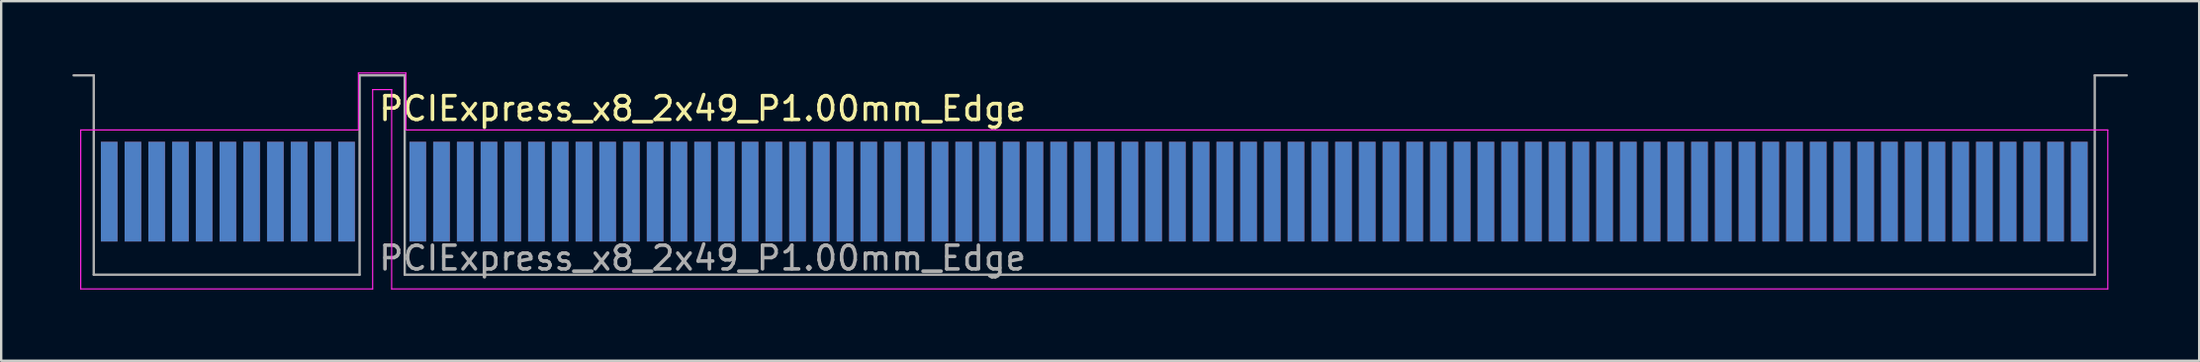
<source format=kicad_pcb>
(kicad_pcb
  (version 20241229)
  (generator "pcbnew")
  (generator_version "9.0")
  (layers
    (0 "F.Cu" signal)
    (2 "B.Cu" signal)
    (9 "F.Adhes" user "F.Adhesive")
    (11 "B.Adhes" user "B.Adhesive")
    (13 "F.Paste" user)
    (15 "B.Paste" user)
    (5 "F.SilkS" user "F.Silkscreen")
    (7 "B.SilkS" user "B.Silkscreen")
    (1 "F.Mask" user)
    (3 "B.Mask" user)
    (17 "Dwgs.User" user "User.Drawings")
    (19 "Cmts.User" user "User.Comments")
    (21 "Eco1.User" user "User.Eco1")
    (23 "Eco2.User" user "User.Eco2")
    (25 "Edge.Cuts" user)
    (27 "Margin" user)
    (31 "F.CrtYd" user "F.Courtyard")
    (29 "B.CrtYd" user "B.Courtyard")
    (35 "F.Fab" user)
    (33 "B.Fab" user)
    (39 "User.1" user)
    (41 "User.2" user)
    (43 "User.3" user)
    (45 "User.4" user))
  (footprint "PCIExpress_x8_2x49_P1.00mm_Edge"
    (layer "F.Cu")
    (at 26.55 5.025)
    (property "Reference" "PCIExpress_x8_2x49_P1.00mm_Edge" (at 0 -3.5 0) (layer "F.SilkS") (effects (font (size 1 1) (thickness 0.15))))
    (attr exclude_from_pos_files exclude_from_bom)
    (fp_line (start -26.2 -2.6) (end -26.2 4.1) (stroke (width 0.05) (type solid)) (layer "F.CrtYd"))
    (fp_line (start -26.2 4.1) (end -13.9 4.1) (stroke (width 0.05) (type solid)) (layer "F.CrtYd"))
    (fp_line (start -14.5 -5) (end -14.5 -2.6) (stroke (width 0.05) (type solid)) (layer "F.CrtYd"))
    (fp_line (start -14.5 -2.6) (end -26.2 -2.6) (stroke (width 0.05) (type solid)) (layer "F.CrtYd"))
    (fp_line (start -13.9 -4.3) (end -13.1 -4.3) (stroke (width 0.05) (type solid)) (layer "F.CrtYd"))
    (fp_line (start -13.9 4.1) (end -13.9 -4.3) (stroke (width 0.05) (type solid)) (layer "F.CrtYd"))
    (fp_line (start -13.1 -4.3) (end -13.1 4.1) (stroke (width 0.05) (type solid)) (layer "F.CrtYd"))
    (fp_line (start -13.1 4.1) (end 59.2 4.1) (stroke (width 0.05) (type solid)) (layer "F.CrtYd"))
    (fp_line (start -12.5 -5) (end -14.5 -5) (stroke (width 0.05) (type solid)) (layer "F.CrtYd"))
    (fp_line (start -12.5 -2.6) (end -12.5 -5) (stroke (width 0.05) (type solid)) (layer "F.CrtYd"))
    (fp_line (start 59.2 -2.6) (end -12.5 -2.6) (stroke (width 0.05) (type solid)) (layer "F.CrtYd"))
    (fp_line (start 59.2 4.1) (end 59.2 -2.6) (stroke (width 0.05) (type solid)) (layer "F.CrtYd"))
    (fp_line (start -25.65 -4.9) (end -26.5 -4.9) (stroke (width 0.1) (type solid)) (layer "F.Fab"))
    (fp_line (start -25.65 -4.9) (end -25.65 3.5) (stroke (width 0.1) (type solid)) (layer "F.Fab"))
    (fp_line (start -25.65 3.5) (end -14.45 3.5) (stroke (width 0.1) (type solid)) (layer "F.Fab"))
    (fp_line (start -14.45 -4.9) (end -14.45 3.5) (stroke (width 0.1) (type solid)) (layer "F.Fab"))
    (fp_line (start -14.45 -4.9) (end -12.55 -4.9) (stroke (width 0.1) (type solid)) (layer "F.Fab"))
    (fp_line (start -12.55 -4.9) (end -12.55 3.5) (stroke (width 0.1) (type solid)) (layer "F.Fab"))
    (fp_line (start -12.55 3.5) (end 58.65 3.5) (stroke (width 0.1) (type solid)) (layer "F.Fab"))
    (fp_line (start 58.65 -4.9) (end 58.65 3.5) (stroke (width 0.1) (type solid)) (layer "F.Fab"))
    (fp_line (start 58.65 -4.9) (end 60 -4.9) (stroke (width 0.1) (type solid)) (layer "F.Fab"))
    (fp_text user "${REFERENCE}" (at 0 2.8 0) (layer "F.Fab") (effects (font (size 1 1) (thickness 0.15))))
    (pad "A1" connect rect (at -25 0) (size 0.7 4.2) (layers "B.Cu" "B.Mask"))
    (pad "A2" connect rect (at -24 0) (size 0.7 4.2) (layers "B.Cu" "B.Mask"))
    (pad "A3" connect rect (at -23 0) (size 0.7 4.2) (layers "B.Cu" "B.Mask"))
    (pad "A4" connect rect (at -22 0) (size 0.7 4.2) (layers "B.Cu" "B.Mask"))
    (pad "A5" connect rect (at -21 0) (size 0.7 4.2) (layers "B.Cu" "B.Mask"))
    (pad "A6" connect rect (at -20 0) (size 0.7 4.2) (layers "B.Cu" "B.Mask"))
    (pad "A7" connect rect (at -19 0) (size 0.7 4.2) (layers "B.Cu" "B.Mask"))
    (pad "A8" connect rect (at -18 0) (size 0.7 4.2) (layers "B.Cu" "B.Mask"))
    (pad "A9" connect rect (at -17 0) (size 0.7 4.2) (layers "B.Cu" "B.Mask"))
    (pad "A10" connect rect (at -16 0) (size 0.7 4.2) (layers "B.Cu" "B.Mask"))
    (pad "A11" connect rect (at -15 0) (size 0.7 4.2) (layers "B.Cu" "B.Mask"))
    (pad "A12" connect rect (at -12 0) (size 0.7 4.2) (layers "B.Cu" "B.Mask"))
    (pad "A13" connect rect (at -11 0) (size 0.7 4.2) (layers "B.Cu" "B.Mask"))
    (pad "A14" connect rect (at -10 0) (size 0.7 4.2) (layers "B.Cu" "B.Mask"))
    (pad "A15" connect rect (at -9 0) (size 0.7 4.2) (layers "B.Cu" "B.Mask"))
    (pad "A16" connect rect (at -8 0) (size 0.7 4.2) (layers "B.Cu" "B.Mask"))
    (pad "A17" connect rect (at -7 0) (size 0.7 4.2) (layers "B.Cu" "B.Mask"))
    (pad "A18" connect rect (at -6 0) (size 0.7 4.2) (layers "B.Cu" "B.Mask"))
    (pad "A19" connect rect (at -5 0) (size 0.7 4.2) (layers "B.Cu" "B.Mask"))
    (pad "A20" connect rect (at -4 0) (size 0.7 4.2) (layers "B.Cu" "B.Mask"))
    (pad "A21" connect rect (at -3 0) (size 0.7 4.2) (layers "B.Cu" "B.Mask"))
    (pad "A22" connect rect (at -2 0) (size 0.7 4.2) (layers "B.Cu" "B.Mask"))
    (pad "A23" connect rect (at -1 0) (size 0.7 4.2) (layers "B.Cu" "B.Mask"))
    (pad "A24" connect rect (at 0 0) (size 0.7 4.2) (layers "B.Cu" "B.Mask"))
    (pad "A25" connect rect (at 1 0) (size 0.7 4.2) (layers "B.Cu" "B.Mask"))
    (pad "A26" connect rect (at 2 0) (size 0.7 4.2) (layers "B.Cu" "B.Mask"))
    (pad "A27" connect rect (at 3 0) (size 0.7 4.2) (layers "B.Cu" "B.Mask"))
    (pad "A28" connect rect (at 4 0) (size 0.7 4.2) (layers "B.Cu" "B.Mask"))
    (pad "A29" connect rect (at 5 0) (size 0.7 4.2) (layers "B.Cu" "B.Mask"))
    (pad "A30" connect rect (at 6 0) (size 0.7 4.2) (layers "B.Cu" "B.Mask"))
    (pad "A31" connect rect (at 7 0) (size 0.7 4.2) (layers "B.Cu" "B.Mask"))
    (pad "A32" connect rect (at 8 0) (size 0.7 4.2) (layers "B.Cu" "B.Mask"))
    (pad "A33" connect rect (at 9 0) (size 0.7 4.2) (layers "B.Cu" "B.Mask"))
    (pad "A34" connect rect (at 10 0) (size 0.7 4.2) (layers "B.Cu" "B.Mask"))
    (pad "A35" connect rect (at 11 0) (size 0.7 4.2) (layers "B.Cu" "B.Mask"))
    (pad "A36" connect rect (at 12 0) (size 0.7 4.2) (layers "B.Cu" "B.Mask"))
    (pad "A37" connect rect (at 13 0) (size 0.7 4.2) (layers "B.Cu" "B.Mask"))
    (pad "A38" connect rect (at 14 0) (size 0.7 4.2) (layers "B.Cu" "B.Mask"))
    (pad "A39" connect rect (at 15 0) (size 0.7 4.2) (layers "B.Cu" "B.Mask"))
    (pad "A40" connect rect (at 16 0) (size 0.7 4.2) (layers "B.Cu" "B.Mask"))
    (pad "A41" connect rect (at 17 0) (size 0.7 4.2) (layers "B.Cu" "B.Mask"))
    (pad "A42" connect rect (at 18 0) (size 0.7 4.2) (layers "B.Cu" "B.Mask"))
    (pad "A43" connect rect (at 19 0) (size 0.7 4.2) (layers "B.Cu" "B.Mask"))
    (pad "A44" connect rect (at 20 0) (size 0.7 4.2) (layers "B.Cu" "B.Mask"))
    (pad "A45" connect rect (at 21 0) (size 0.7 4.2) (layers "B.Cu" "B.Mask"))
    (pad "A46" connect rect (at 22 0) (size 0.7 4.2) (layers "B.Cu" "B.Mask"))
    (pad "A47" connect rect (at 23 0) (size 0.7 4.2) (layers "B.Cu" "B.Mask"))
    (pad "A48" connect rect (at 24 0) (size 0.7 4.2) (layers "B.Cu" "B.Mask"))
    (pad "A49" connect rect (at 25 0) (size 0.7 4.2) (layers "B.Cu" "B.Mask"))
    (pad "A50" connect rect (at 26 0) (size 0.7 4.2) (layers "B.Cu" "B.Mask"))
    (pad "A51" connect rect (at 27 0) (size 0.7 4.2) (layers "B.Cu" "B.Mask"))
    (pad "A52" connect rect (at 28 0) (size 0.7 4.2) (layers "B.Cu" "B.Mask"))
    (pad "A53" connect rect (at 29 0) (size 0.7 4.2) (layers "B.Cu" "B.Mask"))
    (pad "A54" connect rect (at 30 0) (size 0.7 4.2) (layers "B.Cu" "B.Mask"))
    (pad "A55" connect rect (at 31 0) (size 0.7 4.2) (layers "B.Cu" "B.Mask"))
    (pad "A56" connect rect (at 32 0) (size 0.7 4.2) (layers "B.Cu" "B.Mask"))
    (pad "A57" connect rect (at 33 0) (size 0.7 4.2) (layers "B.Cu" "B.Mask"))
    (pad "A58" connect rect (at 34 0) (size 0.7 4.2) (layers "B.Cu" "B.Mask"))
    (pad "A59" connect rect (at 35 0) (size 0.7 4.2) (layers "B.Cu" "B.Mask"))
    (pad "A60" connect rect (at 36 0) (size 0.7 4.2) (layers "B.Cu" "B.Mask"))
    (pad "A61" connect rect (at 37 0) (size 0.7 4.2) (layers "B.Cu" "B.Mask"))
    (pad "A62" connect rect (at 38 0) (size 0.7 4.2) (layers "B.Cu" "B.Mask"))
    (pad "A63" connect rect (at 39 0) (size 0.7 4.2) (layers "B.Cu" "B.Mask"))
    (pad "A64" connect rect (at 40 0) (size 0.7 4.2) (layers "B.Cu" "B.Mask"))
    (pad "A65" connect rect (at 41 0) (size 0.7 4.2) (layers "B.Cu" "B.Mask"))
    (pad "A66" connect rect (at 42 0) (size 0.7 4.2) (layers "B.Cu" "B.Mask"))
    (pad "A67" connect rect (at 43 0) (size 0.7 4.2) (layers "B.Cu" "B.Mask"))
    (pad "A68" connect rect (at 44 0) (size 0.7 4.2) (layers "B.Cu" "B.Mask"))
    (pad "A69" connect rect (at 45 0) (size 0.7 4.2) (layers "B.Cu" "B.Mask"))
    (pad "A70" connect rect (at 46 0) (size 0.7 4.2) (layers "B.Cu" "B.Mask"))
    (pad "A71" connect rect (at 47 0) (size 0.7 4.2) (layers "B.Cu" "B.Mask"))
    (pad "A72" connect rect (at 48 0) (size 0.7 4.2) (layers "B.Cu" "B.Mask"))
    (pad "A73" connect rect (at 49 0) (size 0.7 4.2) (layers "B.Cu" "B.Mask"))
    (pad "A74" connect rect (at 50 0) (size 0.7 4.2) (layers "B.Cu" "B.Mask"))
    (pad "A75" connect rect (at 51 0) (size 0.7 4.2) (layers "B.Cu" "B.Mask"))
    (pad "A76" connect rect (at 52 0) (size 0.7 4.2) (layers "B.Cu" "B.Mask"))
    (pad "A77" connect rect (at 53 0) (size 0.7 4.2) (layers "B.Cu" "B.Mask"))
    (pad "A78" connect rect (at 54 0) (size 0.7 4.2) (layers "B.Cu" "B.Mask"))
    (pad "A79" connect rect (at 55 0) (size 0.7 4.2) (layers "B.Cu" "B.Mask"))
    (pad "A80" connect rect (at 56 0) (size 0.7 4.2) (layers "B.Cu" "B.Mask"))
    (pad "A81" connect rect (at 57 0) (size 0.7 4.2) (layers "B.Cu" "B.Mask"))
    (pad "A82" connect rect (at 58 0) (size 0.7 4.2) (layers "B.Cu" "B.Mask"))
    (pad "B1" connect rect (at -25 0) (size 0.7 4.2) (layers "F.Cu" "F.Mask"))
    (pad "B2" connect rect (at -24 0) (size 0.7 4.2) (layers "F.Cu" "F.Mask"))
    (pad "B3" connect rect (at -23 0) (size 0.7 4.2) (layers "F.Cu" "F.Mask"))
    (pad "B4" connect rect (at -22 0) (size 0.7 4.2) (layers "F.Cu" "F.Mask"))
    (pad "B5" connect rect (at -21 0) (size 0.7 4.2) (layers "F.Cu" "F.Mask"))
    (pad "B6" connect rect (at -20 0) (size 0.7 4.2) (layers "F.Cu" "F.Mask"))
    (pad "B7" connect rect (at -19 0) (size 0.7 4.2) (layers "F.Cu" "F.Mask"))
    (pad "B8" connect rect (at -18 0) (size 0.7 4.2) (layers "F.Cu" "F.Mask"))
    (pad "B9" connect rect (at -17 0) (size 0.7 4.2) (layers "F.Cu" "F.Mask"))
    (pad "B10" connect rect (at -16 0) (size 0.7 4.2) (layers "F.Cu" "F.Mask"))
    (pad "B11" connect rect (at -15 0) (size 0.7 4.2) (layers "F.Cu" "F.Mask"))
    (pad "B12" connect rect (at -12 0) (size 0.7 4.2) (layers "F.Cu" "F.Mask"))
    (pad "B13" connect rect (at -11 0) (size 0.7 4.2) (layers "F.Cu" "F.Mask"))
    (pad "B14" connect rect (at -10 0) (size 0.7 4.2) (layers "F.Cu" "F.Mask"))
    (pad "B15" connect rect (at -9 0) (size 0.7 4.2) (layers "F.Cu" "F.Mask"))
    (pad "B16" connect rect (at -8 0) (size 0.7 4.2) (layers "F.Cu" "F.Mask"))
    (pad "B17" connect rect (at -7 0) (size 0.7 4.2) (layers "F.Cu" "F.Mask"))
    (pad "B18" connect rect (at -6 0) (size 0.7 4.2) (layers "F.Cu" "F.Mask"))
    (pad "B19" connect rect (at -5 0) (size 0.7 4.2) (layers "F.Cu" "F.Mask"))
    (pad "B20" connect rect (at -4 0) (size 0.7 4.2) (layers "F.Cu" "F.Mask"))
    (pad "B21" connect rect (at -3 0) (size 0.7 4.2) (layers "F.Cu" "F.Mask"))
    (pad "B22" connect rect (at -2 0) (size 0.7 4.2) (layers "F.Cu" "F.Mask"))
    (pad "B23" connect rect (at -1 0) (size 0.7 4.2) (layers "F.Cu" "F.Mask"))
    (pad "B24" connect rect (at 0 0) (size 0.7 4.2) (layers "F.Cu" "F.Mask"))
    (pad "B25" connect rect (at 1 0) (size 0.7 4.2) (layers "F.Cu" "F.Mask"))
    (pad "B26" connect rect (at 2 0) (size 0.7 4.2) (layers "F.Cu" "F.Mask"))
    (pad "B27" connect rect (at 3 0) (size 0.7 4.2) (layers "F.Cu" "F.Mask"))
    (pad "B28" connect rect (at 4 0) (size 0.7 4.2) (layers "F.Cu" "F.Mask"))
    (pad "B29" connect rect (at 5 0) (size 0.7 4.2) (layers "F.Cu" "F.Mask"))
    (pad "B30" connect rect (at 6 0) (size 0.7 4.2) (layers "F.Cu" "F.Mask"))
    (pad "B31" connect rect (at 7 0) (size 0.7 4.2) (layers "F.Cu" "F.Mask"))
    (pad "B32" connect rect (at 8 0) (size 0.7 4.2) (layers "F.Cu" "F.Mask"))
    (pad "B33" connect rect (at 9 0) (size 0.7 4.2) (layers "F.Cu" "F.Mask"))
    (pad "B34" connect rect (at 10 0) (size 0.7 4.2) (layers "F.Cu" "F.Mask"))
    (pad "B35" connect rect (at 11 0) (size 0.7 4.2) (layers "F.Cu" "F.Mask"))
    (pad "B36" connect rect (at 12 0) (size 0.7 4.2) (layers "F.Cu" "F.Mask"))
    (pad "B37" connect rect (at 13 0) (size 0.7 4.2) (layers "F.Cu" "F.Mask"))
    (pad "B38" connect rect (at 14 0) (size 0.7 4.2) (layers "F.Cu" "F.Mask"))
    (pad "B39" connect rect (at 15 0) (size 0.7 4.2) (layers "F.Cu" "F.Mask"))
    (pad "B40" connect rect (at 16 0) (size 0.7 4.2) (layers "F.Cu" "F.Mask"))
    (pad "B41" connect rect (at 17 0) (size 0.7 4.2) (layers "F.Cu" "F.Mask"))
    (pad "B42" connect rect (at 18 0) (size 0.7 4.2) (layers "F.Cu" "F.Mask"))
    (pad "B43" connect rect (at 19 0) (size 0.7 4.2) (layers "F.Cu" "F.Mask"))
    (pad "B44" connect rect (at 20 0) (size 0.7 4.2) (layers "F.Cu" "F.Mask"))
    (pad "B45" connect rect (at 21 0) (size 0.7 4.2) (layers "F.Cu" "F.Mask"))
    (pad "B46" connect rect (at 22 0) (size 0.7 4.2) (layers "F.Cu" "F.Mask"))
    (pad "B47" connect rect (at 23 0) (size 0.7 4.2) (layers "F.Cu" "F.Mask"))
    (pad "B48" connect rect (at 24 0) (size 0.7 4.2) (layers "F.Cu" "F.Mask"))
    (pad "B49" connect rect (at 25 0) (size 0.7 4.2) (layers "F.Cu" "F.Mask"))
    (pad "B50" connect rect (at 26 0) (size 0.7 4.2) (layers "F.Cu" "F.Mask"))
    (pad "B51" connect rect (at 27 0) (size 0.7 4.2) (layers "F.Cu" "F.Mask"))
    (pad "B52" connect rect (at 28 0) (size 0.7 4.2) (layers "F.Cu" "F.Mask"))
    (pad "B53" connect rect (at 29 0) (size 0.7 4.2) (layers "F.Cu" "F.Mask"))
    (pad "B54" connect rect (at 30 0) (size 0.7 4.2) (layers "F.Cu" "F.Mask"))
    (pad "B55" connect rect (at 31 0) (size 0.7 4.2) (layers "F.Cu" "F.Mask"))
    (pad "B56" connect rect (at 32 0) (size 0.7 4.2) (layers "F.Cu" "F.Mask"))
    (pad "B57" connect rect (at 33 0) (size 0.7 4.2) (layers "F.Cu" "F.Mask"))
    (pad "B58" connect rect (at 34 0) (size 0.7 4.2) (layers "F.Cu" "F.Mask"))
    (pad "B59" connect rect (at 35 0) (size 0.7 4.2) (layers "F.Cu" "F.Mask"))
    (pad "B60" connect rect (at 36 0) (size 0.7 4.2) (layers "F.Cu" "F.Mask"))
    (pad "B61" connect rect (at 37 0) (size 0.7 4.2) (layers "F.Cu" "F.Mask"))
    (pad "B62" connect rect (at 38 0) (size 0.7 4.2) (layers "F.Cu" "F.Mask"))
    (pad "B63" connect rect (at 39 0) (size 0.7 4.2) (layers "F.Cu" "F.Mask"))
    (pad "B64" connect rect (at 40 0) (size 0.7 4.2) (layers "F.Cu" "F.Mask"))
    (pad "B65" connect rect (at 41 0) (size 0.7 4.2) (layers "F.Cu" "F.Mask"))
    (pad "B66" connect rect (at 42 0) (size 0.7 4.2) (layers "F.Cu" "F.Mask"))
    (pad "B67" connect rect (at 43 0) (size 0.7 4.2) (layers "F.Cu" "F.Mask"))
    (pad "B68" connect rect (at 44 0) (size 0.7 4.2) (layers "F.Cu" "F.Mask"))
    (pad "B69" connect rect (at 45 0) (size 0.7 4.2) (layers "F.Cu" "F.Mask"))
    (pad "B70" connect rect (at 46 0) (size 0.7 4.2) (layers "F.Cu" "F.Mask"))
    (pad "B71" connect rect (at 47 0) (size 0.7 4.2) (layers "F.Cu" "F.Mask"))
    (pad "B72" connect rect (at 48 0) (size 0.7 4.2) (layers "F.Cu" "F.Mask"))
    (pad "B73" connect rect (at 49 0) (size 0.7 4.2) (layers "F.Cu" "F.Mask"))
    (pad "B74" connect rect (at 50 0) (size 0.7 4.2) (layers "F.Cu" "F.Mask"))
    (pad "B75" connect rect (at 51 0) (size 0.7 4.2) (layers "F.Cu" "F.Mask"))
    (pad "B76" connect rect (at 52 0) (size 0.7 4.2) (layers "F.Cu" "F.Mask"))
    (pad "B77" connect rect (at 53 0) (size 0.7 4.2) (layers "F.Cu" "F.Mask"))
    (pad "B78" connect rect (at 54 0) (size 0.7 4.2) (layers "F.Cu" "F.Mask"))
    (pad "B79" connect rect (at 55 0) (size 0.7 4.2) (layers "F.Cu" "F.Mask"))
    (pad "B80" connect rect (at 56 0) (size 0.7 4.2) (layers "F.Cu" "F.Mask"))
    (pad "B81" connect rect (at 57 0) (size 0.7 4.2) (layers "F.Cu" "F.Mask"))
    (pad "B82" connect rect (at 58 0) (size 0.7 4.2) (layers "F.Cu" "F.Mask")))
  (gr_rect
    (start -3 -3)
    (end 89.6 12.15)
    (stroke (width 0.1) (type default))
    (fill no)
    (layer "Edge.Cuts")))
</source>
